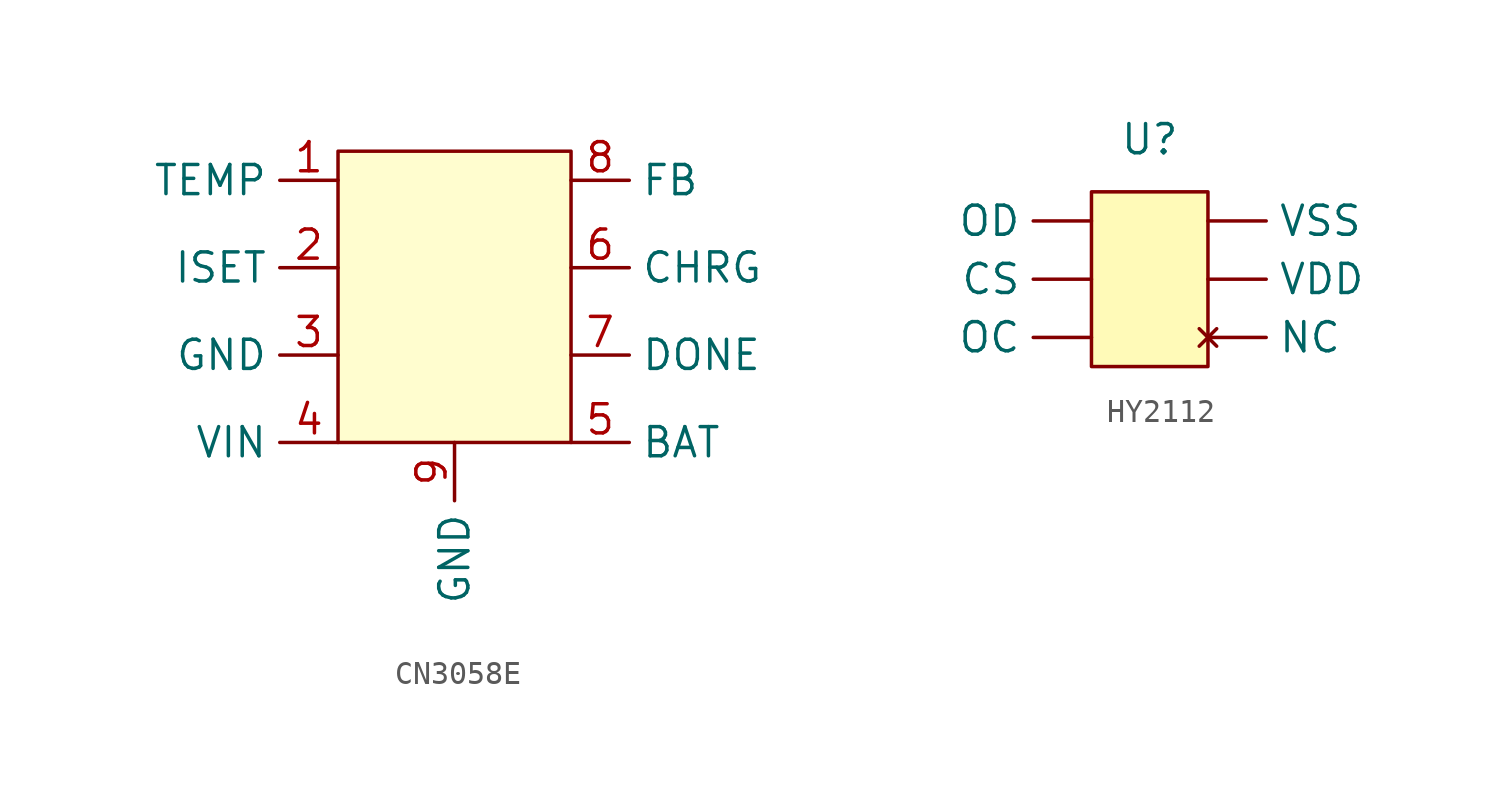
<source format=kicad_sym>
(kicad_symbol_lib
  (version 20241209)
  (generator "kicad_symbol_editor")
  (generator_version "9.0")
  (symbol "CN3058E"
    (property "Reference" "U"
      (at 0 8.89 0)
      (effects (font (size 1.27 1.27)) (hide yes)))
    (property "Value" ""
      (at 0 0 0)
      (effects (font (size 1.27 1.27))))
    (symbol "CN3058E_1_1"
      (rectangle (start -5.08 6.35) (end 5.08 -6.35) (stroke (width 0) (type solid)) (fill (type color) (color 255 250 135 0.4)))
      (pin input line (at -5.08 5.08 180) (length 2.54) (name "TEMP" (effects (font (size 1.27 1.27)))) (number "1" (effects (font (size 1.27 1.27)))))
      (pin input line (at -5.08 1.27 180) (length 2.54) (name "ISET" (effects (font (size 1.27 1.27)))) (number "2" (effects (font (size 1.27 1.27)))))
      (pin power_in line (at -5.08 -2.54 180) (length 2.54) (name "GND" (effects (font (size 1.27 1.27)))) (number "3" (effects (font (size 1.27 1.27)))))
      (pin power_in line (at -5.08 -6.35 180) (length 2.54) (name "VIN" (effects (font (size 1.27 1.27)))) (number "4" (effects (font (size 1.27 1.27)))))
      (pin power_in line (at 0 -6.35 270) (length 2.54) (name "GND" (effects (font (size 1.27 1.27)))) (number "9" (effects (font (size 1.27 1.27)))))
      (pin input line (at 5.08 5.08 0) (length 2.54) (name "FB" (effects (font (size 1.27 1.27)))) (number "8" (effects (font (size 1.27 1.27)))))
      (pin open_collector line (at 5.08 1.27 0) (length 2.54) (name "CHRG" (effects (font (size 1.27 1.27)))) (number "6" (effects (font (size 1.27 1.27)))))
      (pin open_collector line (at 5.08 -2.54 0) (length 2.54) (name "DONE" (effects (font (size 1.27 1.27)))) (number "7" (effects (font (size 1.27 1.27)))))
      (pin power_out line (at 5.08 -6.35 0) (length 2.54) (name "BAT" (effects (font (size 1.27 1.27)))) (number "5" (effects (font (size 1.27 1.27)))))))
  (symbol "HY2112"
    (property "Reference" "U"
      (at 0 6.096 0)
      (effects (font (size 1.27 1.27))))
    (property "Value" ""
      (at 0 0 0)
      (effects (font (size 1.27 1.27))))
    (property "ki_locked" ""
      (at 0 0 0)
      (effects (font (size 1.27 1.27))))
    (symbol "HY2112_1_1"
      (rectangle (start -2.54 3.81) (end 2.54 -3.81) (stroke (width 0) (type solid)) (fill (type color) (color 255 246 115 0.5)))
      (pin output line (at -2.54 2.54 180) (length 2.54) (name "OD" (effects (font (size 1.27 1.27)))) (number "" (effects (font (size 1.27 1.27)))))
      (pin input line (at -2.54 0 180) (length 2.54) (name "CS" (effects (font (size 1.27 1.27)))) (number "" (effects (font (size 1.27 1.27)))))
      (pin output line (at -2.54 -2.54 180) (length 2.54) (name "OC" (effects (font (size 1.27 1.27)))) (number "" (effects (font (size 1.27 1.27)))))
      (pin power_in line (at 2.54 2.54 0) (length 2.54) (name "VSS" (effects (font (size 1.27 1.27)))) (number "" (effects (font (size 1.27 1.27)))))
      (pin power_in line (at 2.54 0 0) (length 2.54) (name "VDD" (effects (font (size 1.27 1.27)))) (number "" (effects (font (size 1.27 1.27)))))
      (pin no_connect line (at 2.54 -2.54 0) (length 2.54) (name "NC" (effects (font (size 1.27 1.27)))) (number "" (effects (font (size 1.27 1.27))))))))
</source>
